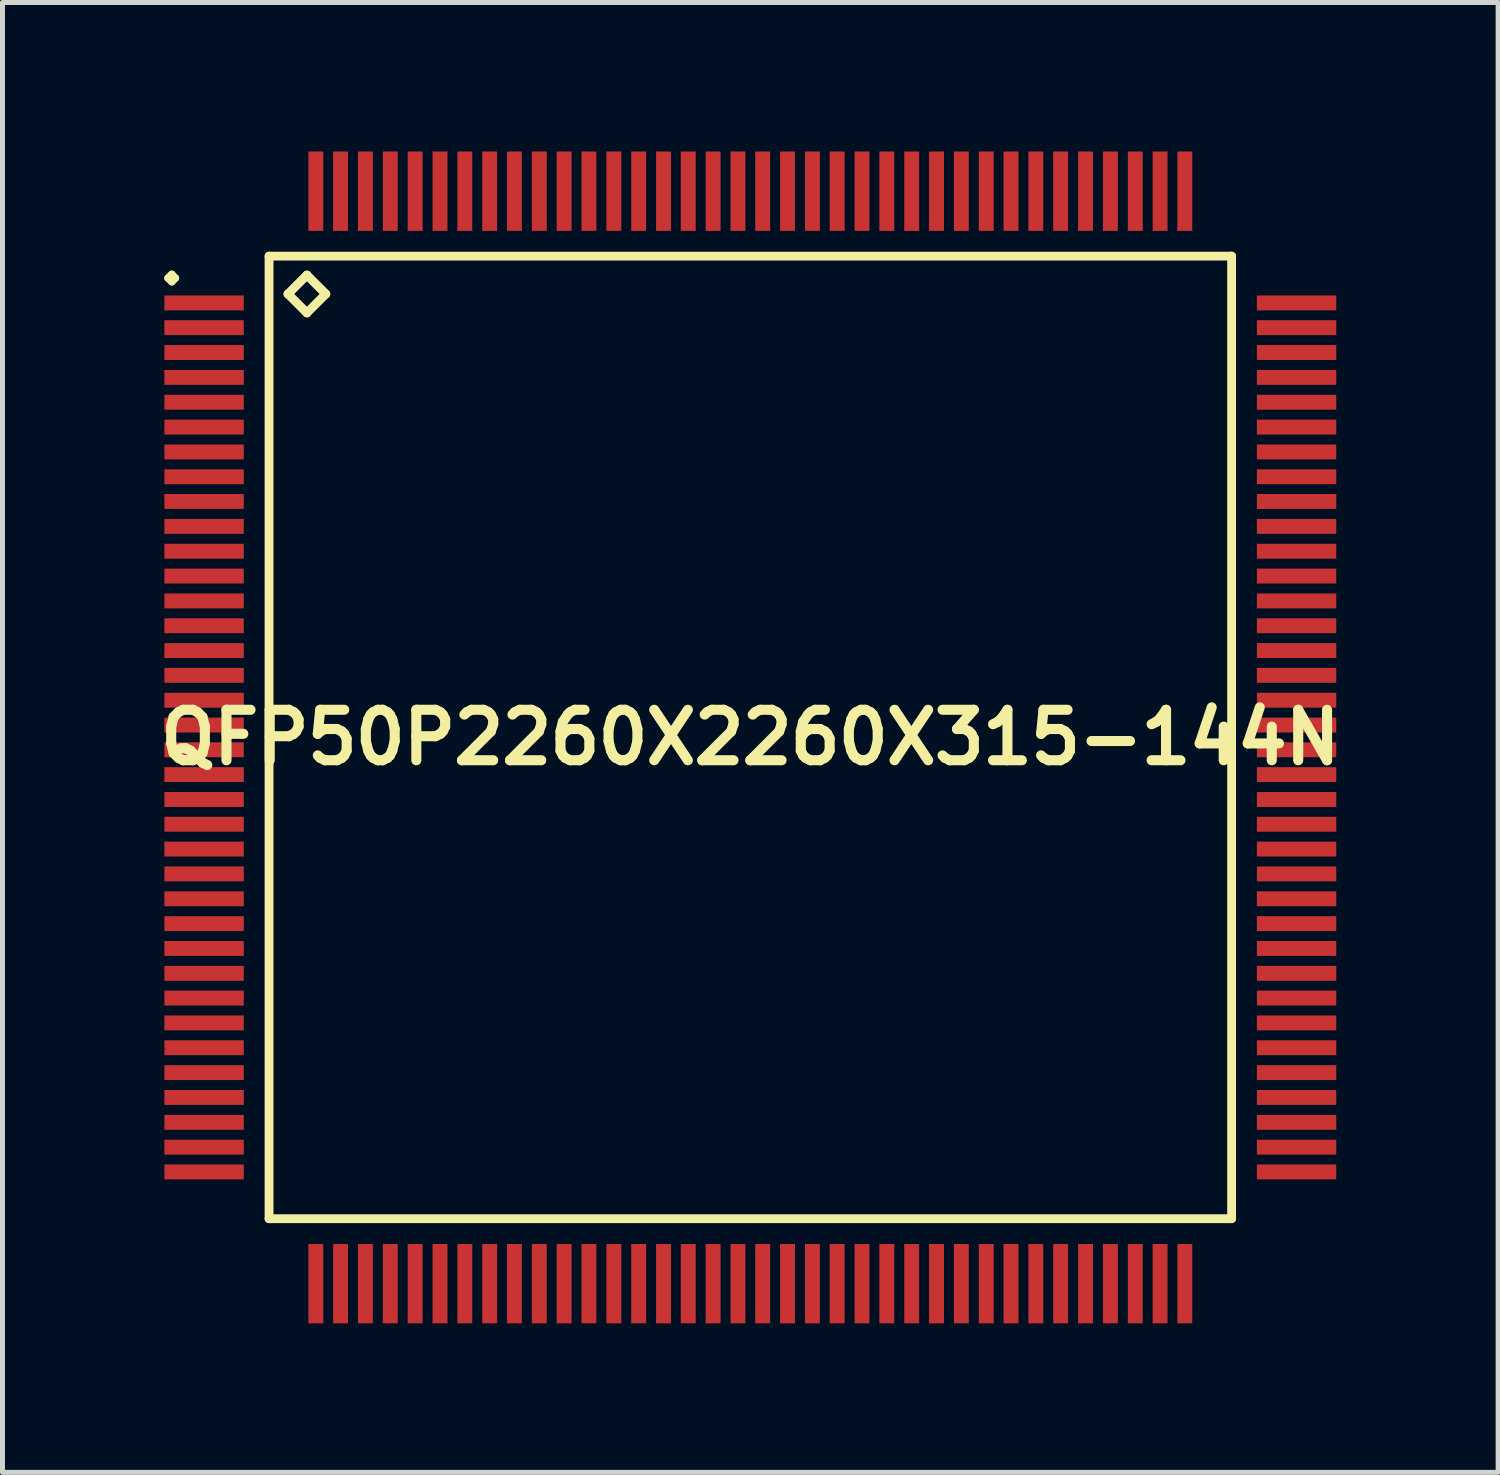
<source format=kicad_pcb>
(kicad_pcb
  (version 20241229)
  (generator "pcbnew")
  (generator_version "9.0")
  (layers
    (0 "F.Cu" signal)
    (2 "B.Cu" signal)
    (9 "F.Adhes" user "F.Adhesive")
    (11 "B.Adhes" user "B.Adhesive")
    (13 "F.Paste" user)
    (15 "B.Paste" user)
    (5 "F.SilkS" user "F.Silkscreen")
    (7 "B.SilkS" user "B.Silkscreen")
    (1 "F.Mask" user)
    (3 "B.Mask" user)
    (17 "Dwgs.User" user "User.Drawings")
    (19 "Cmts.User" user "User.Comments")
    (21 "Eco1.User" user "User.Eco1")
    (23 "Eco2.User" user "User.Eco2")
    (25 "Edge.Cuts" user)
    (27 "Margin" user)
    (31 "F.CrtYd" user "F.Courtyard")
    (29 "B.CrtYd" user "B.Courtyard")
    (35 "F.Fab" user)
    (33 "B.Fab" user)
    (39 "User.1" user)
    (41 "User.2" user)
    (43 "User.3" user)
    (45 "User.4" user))
  (footprint "QFP50P2260X2260X315-144N"
    (layer "F.Cu")
    (at 12.057 11.797)
    (property "Reference" "QFP50P2260X2260X315-144N" (at 0 0 0) (layer "F.SilkS") (effects (font (size 1.016 1.016) (thickness 0.203))))
    (attr smd)
    (fp_line (start -11.725 -9.248) (end -11.648 -9.324) (stroke (width 0.15) (type solid)) (layer "F.SilkS"))
    (fp_line (start -11.648 -9.324) (end -11.575 -9.248) (stroke (width 0.15) (type solid)) (layer "F.SilkS"))
    (fp_line (start -11.648 -9.174) (end -11.725 -9.248) (stroke (width 0.15) (type solid)) (layer "F.SilkS"))
    (fp_line (start -11.575 -9.248) (end -11.648 -9.174) (stroke (width 0.15) (type solid)) (layer "F.SilkS"))
    (fp_line (start -9.69 -9.69) (end -9.69 9.69) (stroke (width 0.178) (type solid)) (layer "F.SilkS"))
    (fp_line (start -9.69 9.69) (end 9.69 9.69) (stroke (width 0.178) (type solid)) (layer "F.SilkS"))
    (fp_line (start -9.309 -8.928) (end -8.928 -9.309) (stroke (width 0.178) (type solid)) (layer "F.SilkS"))
    (fp_line (start -8.928 -9.309) (end -8.547 -8.928) (stroke (width 0.178) (type solid)) (layer "F.SilkS"))
    (fp_line (start -8.928 -8.547) (end -9.309 -8.928) (stroke (width 0.178) (type solid)) (layer "F.SilkS"))
    (fp_line (start -8.547 -8.928) (end -8.928 -8.547) (stroke (width 0.178) (type solid)) (layer "F.SilkS"))
    (fp_line (start 9.69 -9.69) (end -9.69 -9.69) (stroke (width 0.178) (type solid)) (layer "F.SilkS"))
    (fp_line (start 9.69 9.69) (end 9.69 -9.69) (stroke (width 0.178) (type solid)) (layer "F.SilkS"))
    (pad "1" smd rect (at -10.998 -8.748) (size 1.598 0.3) (layers "F.Cu" "F.Mask" "F.Paste"))
    (pad "2" smd rect (at -10.998 -8.25) (size 1.598 0.3) (layers "F.Cu" "F.Mask" "F.Paste"))
    (pad "3" smd rect (at -10.998 -7.75) (size 1.598 0.3) (layers "F.Cu" "F.Mask" "F.Paste"))
    (pad "4" smd rect (at -10.998 -7.249) (size 1.598 0.3) (layers "F.Cu" "F.Mask" "F.Paste"))
    (pad "5" smd rect (at -10.998 -6.749) (size 1.598 0.3) (layers "F.Cu" "F.Mask" "F.Paste"))
    (pad "6" smd rect (at -10.998 -6.248) (size 1.598 0.3) (layers "F.Cu" "F.Mask" "F.Paste"))
    (pad "7" smd rect (at -10.998 -5.748) (size 1.598 0.3) (layers "F.Cu" "F.Mask" "F.Paste"))
    (pad "8" smd rect (at -10.998 -5.248) (size 1.598 0.3) (layers "F.Cu" "F.Mask" "F.Paste"))
    (pad "9" smd rect (at -10.998 -4.75) (size 1.598 0.3) (layers "F.Cu" "F.Mask" "F.Paste"))
    (pad "10" smd rect (at -10.998 -4.249) (size 1.598 0.3) (layers "F.Cu" "F.Mask" "F.Paste"))
    (pad "11" smd rect (at -10.998 -3.749) (size 1.598 0.3) (layers "F.Cu" "F.Mask" "F.Paste"))
    (pad "12" smd rect (at -10.998 -3.249) (size 1.598 0.3) (layers "F.Cu" "F.Mask" "F.Paste"))
    (pad "13" smd rect (at -10.998 -2.748) (size 1.598 0.3) (layers "F.Cu" "F.Mask" "F.Paste"))
    (pad "14" smd rect (at -10.998 -2.248) (size 1.598 0.3) (layers "F.Cu" "F.Mask" "F.Paste"))
    (pad "15" smd rect (at -10.998 -1.748) (size 1.598 0.3) (layers "F.Cu" "F.Mask" "F.Paste"))
    (pad "16" smd rect (at -10.998 -1.25) (size 1.598 0.3) (layers "F.Cu" "F.Mask" "F.Paste"))
    (pad "17" smd rect (at -10.998 -0.749) (size 1.598 0.3) (layers "F.Cu" "F.Mask" "F.Paste"))
    (pad "18" smd rect (at -10.998 -0.249) (size 1.598 0.3) (layers "F.Cu" "F.Mask" "F.Paste"))
    (pad "19" smd rect (at -10.998 0.249) (size 1.598 0.3) (layers "F.Cu" "F.Mask" "F.Paste"))
    (pad "20" smd rect (at -10.998 0.749) (size 1.598 0.3) (layers "F.Cu" "F.Mask" "F.Paste"))
    (pad "21" smd rect (at -10.998 1.25) (size 1.598 0.3) (layers "F.Cu" "F.Mask" "F.Paste"))
    (pad "22" smd rect (at -10.998 1.748) (size 1.598 0.3) (layers "F.Cu" "F.Mask" "F.Paste"))
    (pad "23" smd rect (at -10.998 2.248) (size 1.598 0.3) (layers "F.Cu" "F.Mask" "F.Paste"))
    (pad "24" smd rect (at -10.998 2.748) (size 1.598 0.3) (layers "F.Cu" "F.Mask" "F.Paste"))
    (pad "25" smd rect (at -10.998 3.249) (size 1.598 0.3) (layers "F.Cu" "F.Mask" "F.Paste"))
    (pad "26" smd rect (at -10.998 3.749) (size 1.598 0.3) (layers "F.Cu" "F.Mask" "F.Paste"))
    (pad "27" smd rect (at -10.998 4.249) (size 1.598 0.3) (layers "F.Cu" "F.Mask" "F.Paste"))
    (pad "28" smd rect (at -10.998 4.75) (size 1.598 0.3) (layers "F.Cu" "F.Mask" "F.Paste"))
    (pad "29" smd rect (at -10.998 5.248) (size 1.598 0.3) (layers "F.Cu" "F.Mask" "F.Paste"))
    (pad "30" smd rect (at -10.998 5.748) (size 1.598 0.3) (layers "F.Cu" "F.Mask" "F.Paste"))
    (pad "31" smd rect (at -10.998 6.248) (size 1.598 0.3) (layers "F.Cu" "F.Mask" "F.Paste"))
    (pad "32" smd rect (at -10.998 6.749) (size 1.598 0.3) (layers "F.Cu" "F.Mask" "F.Paste"))
    (pad "33" smd rect (at -10.998 7.249) (size 1.598 0.3) (layers "F.Cu" "F.Mask" "F.Paste"))
    (pad "34" smd rect (at -10.998 7.75) (size 1.598 0.3) (layers "F.Cu" "F.Mask" "F.Paste"))
    (pad "35" smd rect (at -10.998 8.25) (size 1.598 0.3) (layers "F.Cu" "F.Mask" "F.Paste"))
    (pad "36" smd rect (at -10.998 8.748) (size 1.598 0.3) (layers "F.Cu" "F.Mask" "F.Paste"))
    (pad "37" smd rect (at -8.748 10.998) (size 0.3 1.598) (layers "F.Cu" "F.Mask" "F.Paste"))
    (pad "38" smd rect (at -8.25 10.998) (size 0.3 1.598) (layers "F.Cu" "F.Mask" "F.Paste"))
    (pad "39" smd rect (at -7.75 10.998) (size 0.3 1.598) (layers "F.Cu" "F.Mask" "F.Paste"))
    (pad "40" smd rect (at -7.249 10.998) (size 0.3 1.598) (layers "F.Cu" "F.Mask" "F.Paste"))
    (pad "41" smd rect (at -6.749 10.998) (size 0.3 1.598) (layers "F.Cu" "F.Mask" "F.Paste"))
    (pad "42" smd rect (at -6.248 10.998) (size 0.3 1.598) (layers "F.Cu" "F.Mask" "F.Paste"))
    (pad "43" smd rect (at -5.748 10.998) (size 0.3 1.598) (layers "F.Cu" "F.Mask" "F.Paste"))
    (pad "44" smd rect (at -5.248 10.998) (size 0.3 1.598) (layers "F.Cu" "F.Mask" "F.Paste"))
    (pad "45" smd rect (at -4.75 10.998) (size 0.3 1.598) (layers "F.Cu" "F.Mask" "F.Paste"))
    (pad "46" smd rect (at -4.249 10.998) (size 0.3 1.598) (layers "F.Cu" "F.Mask" "F.Paste"))
    (pad "47" smd rect (at -3.749 10.998) (size 0.3 1.598) (layers "F.Cu" "F.Mask" "F.Paste"))
    (pad "48" smd rect (at -3.249 10.998) (size 0.3 1.598) (layers "F.Cu" "F.Mask" "F.Paste"))
    (pad "49" smd rect (at -2.748 10.998) (size 0.3 1.598) (layers "F.Cu" "F.Mask" "F.Paste"))
    (pad "50" smd rect (at -2.248 10.998) (size 0.3 1.598) (layers "F.Cu" "F.Mask" "F.Paste"))
    (pad "51" smd rect (at -1.748 10.998) (size 0.3 1.598) (layers "F.Cu" "F.Mask" "F.Paste"))
    (pad "52" smd rect (at -1.25 10.998) (size 0.3 1.598) (layers "F.Cu" "F.Mask" "F.Paste"))
    (pad "53" smd rect (at -0.749 10.998) (size 0.3 1.598) (layers "F.Cu" "F.Mask" "F.Paste"))
    (pad "54" smd rect (at -0.249 10.998) (size 0.3 1.598) (layers "F.Cu" "F.Mask" "F.Paste"))
    (pad "55" smd rect (at 0.249 10.998) (size 0.3 1.598) (layers "F.Cu" "F.Mask" "F.Paste"))
    (pad "56" smd rect (at 0.749 10.998) (size 0.3 1.598) (layers "F.Cu" "F.Mask" "F.Paste"))
    (pad "57" smd rect (at 1.25 10.998) (size 0.3 1.598) (layers "F.Cu" "F.Mask" "F.Paste"))
    (pad "58" smd rect (at 1.748 10.998) (size 0.3 1.598) (layers "F.Cu" "F.Mask" "F.Paste"))
    (pad "59" smd rect (at 2.248 10.998) (size 0.3 1.598) (layers "F.Cu" "F.Mask" "F.Paste"))
    (pad "60" smd rect (at 2.748 10.998) (size 0.3 1.598) (layers "F.Cu" "F.Mask" "F.Paste"))
    (pad "61" smd rect (at 3.249 10.998) (size 0.3 1.598) (layers "F.Cu" "F.Mask" "F.Paste"))
    (pad "62" smd rect (at 3.749 10.998) (size 0.3 1.598) (layers "F.Cu" "F.Mask" "F.Paste"))
    (pad "63" smd rect (at 4.249 10.998) (size 0.3 1.598) (layers "F.Cu" "F.Mask" "F.Paste"))
    (pad "64" smd rect (at 4.75 10.998) (size 0.3 1.598) (layers "F.Cu" "F.Mask" "F.Paste"))
    (pad "65" smd rect (at 5.248 10.998) (size 0.3 1.598) (layers "F.Cu" "F.Mask" "F.Paste"))
    (pad "66" smd rect (at 5.748 10.998) (size 0.3 1.598) (layers "F.Cu" "F.Mask" "F.Paste"))
    (pad "67" smd rect (at 6.248 10.998) (size 0.3 1.598) (layers "F.Cu" "F.Mask" "F.Paste"))
    (pad "68" smd rect (at 6.749 10.998) (size 0.3 1.598) (layers "F.Cu" "F.Mask" "F.Paste"))
    (pad "69" smd rect (at 7.249 10.998) (size 0.3 1.598) (layers "F.Cu" "F.Mask" "F.Paste"))
    (pad "70" smd rect (at 7.75 10.998) (size 0.3 1.598) (layers "F.Cu" "F.Mask" "F.Paste"))
    (pad "71" smd rect (at 8.25 10.998) (size 0.3 1.598) (layers "F.Cu" "F.Mask" "F.Paste"))
    (pad "72" smd rect (at 8.748 10.998) (size 0.3 1.598) (layers "F.Cu" "F.Mask" "F.Paste"))
    (pad "73" smd rect (at 10.998 8.748) (size 1.598 0.3) (layers "F.Cu" "F.Mask" "F.Paste"))
    (pad "74" smd rect (at 10.998 8.25) (size 1.598 0.3) (layers "F.Cu" "F.Mask" "F.Paste"))
    (pad "75" smd rect (at 10.998 7.75) (size 1.598 0.3) (layers "F.Cu" "F.Mask" "F.Paste"))
    (pad "76" smd rect (at 10.998 7.249) (size 1.598 0.3) (layers "F.Cu" "F.Mask" "F.Paste"))
    (pad "77" smd rect (at 10.998 6.749) (size 1.598 0.3) (layers "F.Cu" "F.Mask" "F.Paste"))
    (pad "78" smd rect (at 10.998 6.248) (size 1.598 0.3) (layers "F.Cu" "F.Mask" "F.Paste"))
    (pad "79" smd rect (at 10.998 5.748) (size 1.598 0.3) (layers "F.Cu" "F.Mask" "F.Paste"))
    (pad "80" smd rect (at 10.998 5.248) (size 1.598 0.3) (layers "F.Cu" "F.Mask" "F.Paste"))
    (pad "81" smd rect (at 10.998 4.75) (size 1.598 0.3) (layers "F.Cu" "F.Mask" "F.Paste"))
    (pad "82" smd rect (at 10.998 4.249) (size 1.598 0.3) (layers "F.Cu" "F.Mask" "F.Paste"))
    (pad "83" smd rect (at 10.998 3.749) (size 1.598 0.3) (layers "F.Cu" "F.Mask" "F.Paste"))
    (pad "84" smd rect (at 10.998 3.249) (size 1.598 0.3) (layers "F.Cu" "F.Mask" "F.Paste"))
    (pad "85" smd rect (at 10.998 2.748) (size 1.598 0.3) (layers "F.Cu" "F.Mask" "F.Paste"))
    (pad "86" smd rect (at 10.998 2.248) (size 1.598 0.3) (layers "F.Cu" "F.Mask" "F.Paste"))
    (pad "87" smd rect (at 10.998 1.748) (size 1.598 0.3) (layers "F.Cu" "F.Mask" "F.Paste"))
    (pad "88" smd rect (at 10.998 1.25) (size 1.598 0.3) (layers "F.Cu" "F.Mask" "F.Paste"))
    (pad "89" smd rect (at 10.998 0.749) (size 1.598 0.3) (layers "F.Cu" "F.Mask" "F.Paste"))
    (pad "90" smd rect (at 10.998 0.249) (size 1.598 0.3) (layers "F.Cu" "F.Mask" "F.Paste"))
    (pad "91" smd rect (at 10.998 -0.249) (size 1.598 0.3) (layers "F.Cu" "F.Mask" "F.Paste"))
    (pad "92" smd rect (at 10.998 -0.749) (size 1.598 0.3) (layers "F.Cu" "F.Mask" "F.Paste"))
    (pad "93" smd rect (at 10.998 -1.25) (size 1.598 0.3) (layers "F.Cu" "F.Mask" "F.Paste"))
    (pad "94" smd rect (at 10.998 -1.748) (size 1.598 0.3) (layers "F.Cu" "F.Mask" "F.Paste"))
    (pad "95" smd rect (at 10.998 -2.248) (size 1.598 0.3) (layers "F.Cu" "F.Mask" "F.Paste"))
    (pad "96" smd rect (at 10.998 -2.748) (size 1.598 0.3) (layers "F.Cu" "F.Mask" "F.Paste"))
    (pad "97" smd rect (at 10.998 -3.249) (size 1.598 0.3) (layers "F.Cu" "F.Mask" "F.Paste"))
    (pad "98" smd rect (at 10.998 -3.749) (size 1.598 0.3) (layers "F.Cu" "F.Mask" "F.Paste"))
    (pad "99" smd rect (at 10.998 -4.249) (size 1.598 0.3) (layers "F.Cu" "F.Mask" "F.Paste"))
    (pad "100" smd rect (at 10.998 -4.75) (size 1.598 0.3) (layers "F.Cu" "F.Mask" "F.Paste"))
    (pad "101" smd rect (at 10.998 -5.248) (size 1.598 0.3) (layers "F.Cu" "F.Mask" "F.Paste"))
    (pad "102" smd rect (at 10.998 -5.748) (size 1.598 0.3) (layers "F.Cu" "F.Mask" "F.Paste"))
    (pad "103" smd rect (at 10.998 -6.248) (size 1.598 0.3) (layers "F.Cu" "F.Mask" "F.Paste"))
    (pad "104" smd rect (at 10.998 -6.749) (size 1.598 0.3) (layers "F.Cu" "F.Mask" "F.Paste"))
    (pad "105" smd rect (at 10.998 -7.249) (size 1.598 0.3) (layers "F.Cu" "F.Mask" "F.Paste"))
    (pad "106" smd rect (at 10.998 -7.75) (size 1.598 0.3) (layers "F.Cu" "F.Mask" "F.Paste"))
    (pad "107" smd rect (at 10.998 -8.25) (size 1.598 0.3) (layers "F.Cu" "F.Mask" "F.Paste"))
    (pad "108" smd rect (at 10.998 -8.748) (size 1.598 0.3) (layers "F.Cu" "F.Mask" "F.Paste"))
    (pad "109" smd rect (at 8.748 -10.998) (size 0.3 1.598) (layers "F.Cu" "F.Mask" "F.Paste"))
    (pad "110" smd rect (at 8.25 -10.998) (size 0.3 1.598) (layers "F.Cu" "F.Mask" "F.Paste"))
    (pad "111" smd rect (at 7.75 -10.998) (size 0.3 1.598) (layers "F.Cu" "F.Mask" "F.Paste"))
    (pad "112" smd rect (at 7.249 -10.998) (size 0.3 1.598) (layers "F.Cu" "F.Mask" "F.Paste"))
    (pad "113" smd rect (at 6.749 -10.998) (size 0.3 1.598) (layers "F.Cu" "F.Mask" "F.Paste"))
    (pad "114" smd rect (at 6.248 -10.998) (size 0.3 1.598) (layers "F.Cu" "F.Mask" "F.Paste"))
    (pad "115" smd rect (at 5.748 -10.998) (size 0.3 1.598) (layers "F.Cu" "F.Mask" "F.Paste"))
    (pad "116" smd rect (at 5.248 -10.998) (size 0.3 1.598) (layers "F.Cu" "F.Mask" "F.Paste"))
    (pad "117" smd rect (at 4.75 -10.998) (size 0.3 1.598) (layers "F.Cu" "F.Mask" "F.Paste"))
    (pad "118" smd rect (at 4.249 -10.998) (size 0.3 1.598) (layers "F.Cu" "F.Mask" "F.Paste"))
    (pad "119" smd rect (at 3.749 -10.998) (size 0.3 1.598) (layers "F.Cu" "F.Mask" "F.Paste"))
    (pad "120" smd rect (at 3.249 -10.998) (size 0.3 1.598) (layers "F.Cu" "F.Mask" "F.Paste"))
    (pad "121" smd rect (at 2.748 -10.998) (size 0.3 1.598) (layers "F.Cu" "F.Mask" "F.Paste"))
    (pad "122" smd rect (at 2.248 -10.998) (size 0.3 1.598) (layers "F.Cu" "F.Mask" "F.Paste"))
    (pad "123" smd rect (at 1.748 -10.998) (size 0.3 1.598) (layers "F.Cu" "F.Mask" "F.Paste"))
    (pad "124" smd rect (at 1.25 -10.998) (size 0.3 1.598) (layers "F.Cu" "F.Mask" "F.Paste"))
    (pad "125" smd rect (at 0.749 -10.998) (size 0.3 1.598) (layers "F.Cu" "F.Mask" "F.Paste"))
    (pad "126" smd rect (at 0.249 -10.998) (size 0.3 1.598) (layers "F.Cu" "F.Mask" "F.Paste"))
    (pad "127" smd rect (at -0.249 -10.998) (size 0.3 1.598) (layers "F.Cu" "F.Mask" "F.Paste"))
    (pad "128" smd rect (at -0.749 -10.998) (size 0.3 1.598) (layers "F.Cu" "F.Mask" "F.Paste"))
    (pad "129" smd rect (at -1.25 -10.998) (size 0.3 1.598) (layers "F.Cu" "F.Mask" "F.Paste"))
    (pad "130" smd rect (at -1.748 -10.998) (size 0.3 1.598) (layers "F.Cu" "F.Mask" "F.Paste"))
    (pad "131" smd rect (at -2.248 -10.998) (size 0.3 1.598) (layers "F.Cu" "F.Mask" "F.Paste"))
    (pad "132" smd rect (at -2.748 -10.998) (size 0.3 1.598) (layers "F.Cu" "F.Mask" "F.Paste"))
    (pad "133" smd rect (at -3.249 -10.998) (size 0.3 1.598) (layers "F.Cu" "F.Mask" "F.Paste"))
    (pad "134" smd rect (at -3.749 -10.998) (size 0.3 1.598) (layers "F.Cu" "F.Mask" "F.Paste"))
    (pad "135" smd rect (at -4.249 -10.998) (size 0.3 1.598) (layers "F.Cu" "F.Mask" "F.Paste"))
    (pad "136" smd rect (at -4.75 -10.998) (size 0.3 1.598) (layers "F.Cu" "F.Mask" "F.Paste"))
    (pad "137" smd rect (at -5.248 -10.998) (size 0.3 1.598) (layers "F.Cu" "F.Mask" "F.Paste"))
    (pad "138" smd rect (at -5.748 -10.998) (size 0.3 1.598) (layers "F.Cu" "F.Mask" "F.Paste"))
    (pad "139" smd rect (at -6.248 -10.998) (size 0.3 1.598) (layers "F.Cu" "F.Mask" "F.Paste"))
    (pad "140" smd rect (at -6.749 -10.998) (size 0.3 1.598) (layers "F.Cu" "F.Mask" "F.Paste"))
    (pad "141" smd rect (at -7.249 -10.998) (size 0.3 1.598) (layers "F.Cu" "F.Mask" "F.Paste"))
    (pad "142" smd rect (at -7.75 -10.998) (size 0.3 1.598) (layers "F.Cu" "F.Mask" "F.Paste"))
    (pad "143" smd rect (at -8.25 -10.998) (size 0.3 1.598) (layers "F.Cu" "F.Mask" "F.Paste"))
    (pad "144" smd rect (at -8.748 -10.998) (size 0.3 1.598) (layers "F.Cu" "F.Mask" "F.Paste")))
  (gr_rect
    (start -3 -3)
    (end 27.113 26.594)
    (stroke (width 0.1) (type default))
    (fill no)
    (layer "Edge.Cuts")))
</source>
